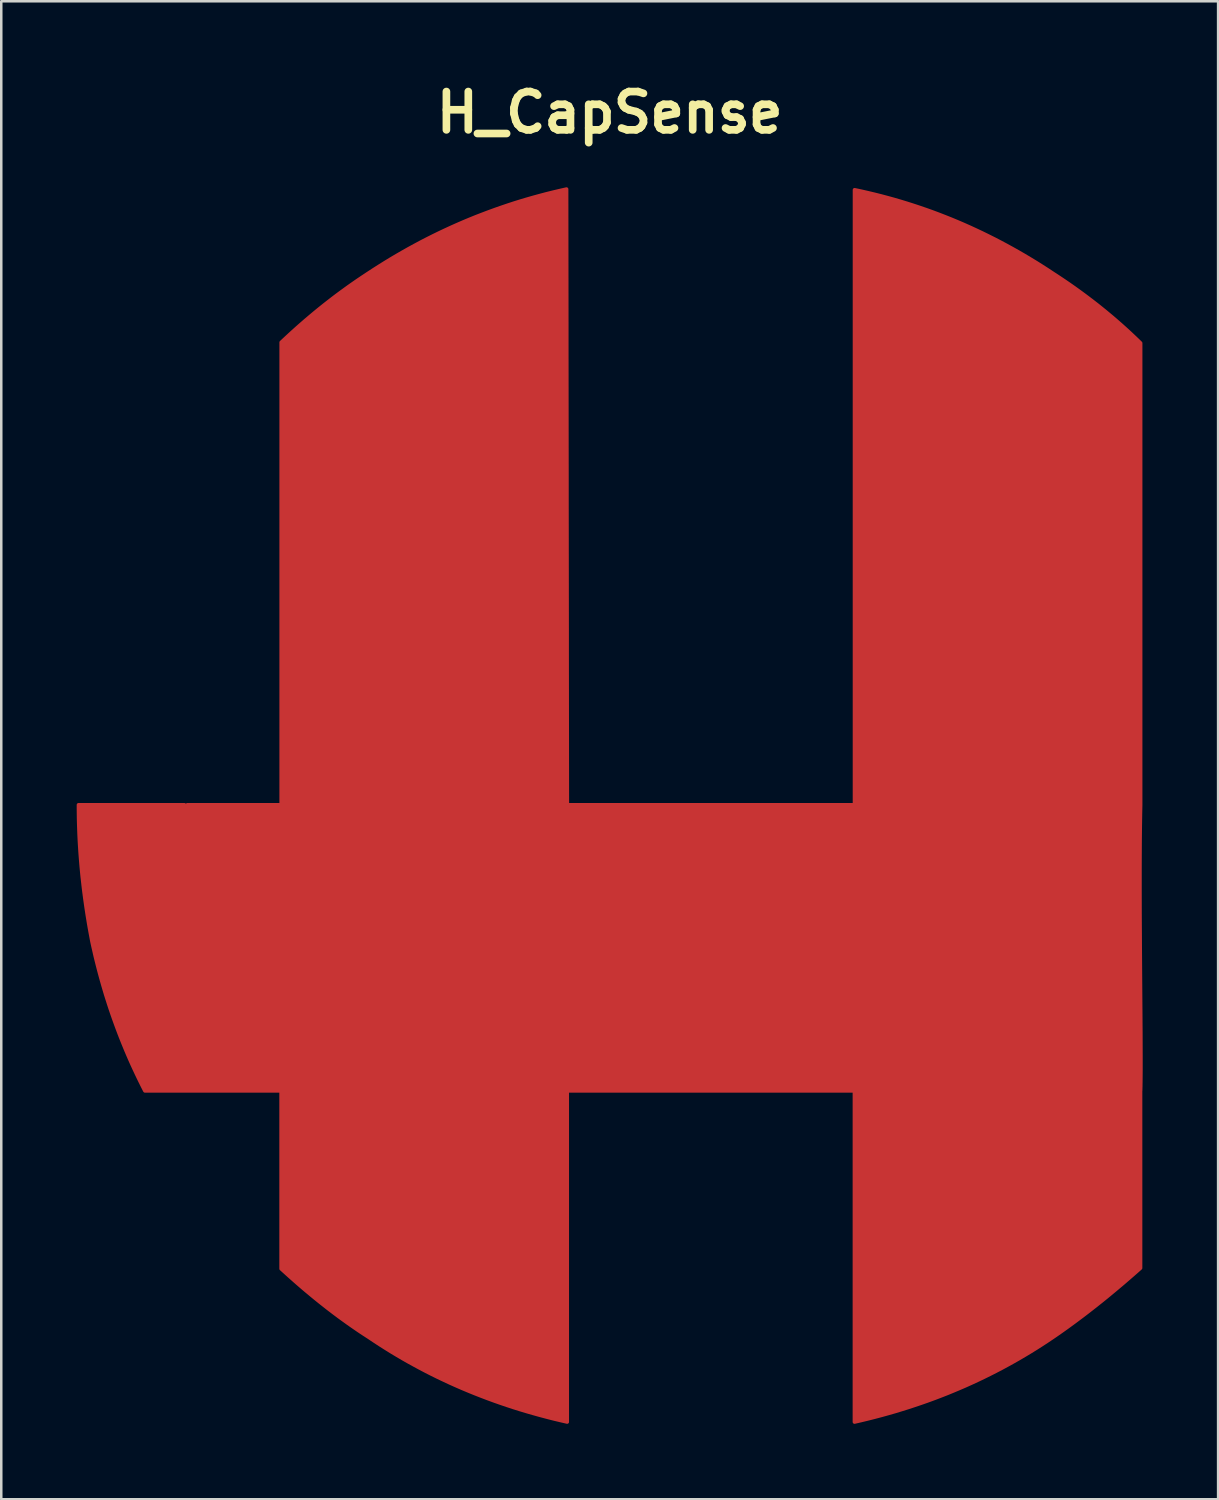
<source format=kicad_pcb>
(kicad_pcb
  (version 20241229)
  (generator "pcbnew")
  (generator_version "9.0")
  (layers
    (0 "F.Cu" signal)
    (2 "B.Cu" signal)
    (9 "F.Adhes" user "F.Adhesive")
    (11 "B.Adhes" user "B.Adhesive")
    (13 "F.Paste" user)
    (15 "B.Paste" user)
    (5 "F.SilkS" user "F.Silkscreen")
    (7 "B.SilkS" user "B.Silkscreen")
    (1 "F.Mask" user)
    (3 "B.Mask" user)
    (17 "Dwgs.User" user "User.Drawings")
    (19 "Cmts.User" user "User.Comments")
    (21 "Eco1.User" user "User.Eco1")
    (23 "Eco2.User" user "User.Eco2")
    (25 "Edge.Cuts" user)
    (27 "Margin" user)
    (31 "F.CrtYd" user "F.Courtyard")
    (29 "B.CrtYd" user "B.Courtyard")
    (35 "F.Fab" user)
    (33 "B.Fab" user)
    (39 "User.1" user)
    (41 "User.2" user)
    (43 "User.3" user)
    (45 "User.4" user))
  (footprint "H_CapSense"
    (layer "F.Cu")
    (at 21.202 28.993)
    (property "Reference" "H_CapSense" (at 0 -27.567 0) (layer "F.SilkS") (effects (font (size 1.524 1.524) (thickness 0.305))))
    (attr smd)
    (fp_poly (pts (xy 21.113 11.347) (xy 21.113 11.567) (xy 21.113 11.787) (xy 21.113 12.008) (xy 21.113 12.228) (xy 21.113 12.448) (xy 21.113 12.669) (xy 21.113 12.889) (xy 21.113 13.109) (xy 21.113 13.329) (xy 21.113 13.55) (xy 21.113 13.77) (xy 21.113 13.99) (xy 21.113 14.211) (xy 21.113 14.431) (xy 21.113 14.651) (xy 21.113 14.871) (xy 21.113 15.092) (xy 21.113 15.312) (xy 21.113 15.532) (xy 21.113 15.753) (xy 21.113 15.973) (xy 21.113 16.193) (xy 21.113 16.413) (xy 21.113 16.634) (xy 21.113 16.854) (xy 21.113 17.074) (xy 21.113 17.295) (xy 21.113 17.515) (xy 21.113 17.735) (xy 21.113 17.956) (xy 21.113 18.176) (xy 21.113 18.396) (xy 21.001 18.496) (xy 20.889 18.594) (xy 20.777 18.692) (xy 20.665 18.789) (xy 20.554 18.885) (xy 20.443 18.981) (xy 20.332 19.075) (xy 20.221 19.168) (xy 20.111 19.261) (xy 20 19.353) (xy 19.89 19.444) (xy 19.781 19.534) (xy 19.671 19.623) (xy 19.562 19.711) (xy 19.452 19.798) (xy 19.344 19.885) (xy 19.235 19.97) (xy 19.126 20.055) (xy 19.018 20.139) (xy 18.91 20.222) (xy 18.802 20.304) (xy 18.694 20.385) (xy 18.587 20.465) (xy 18.48 20.545) (xy 18.373 20.623) (xy 18.266 20.701) (xy 18.16 20.778) (xy 18.053 20.854) (xy 17.947 20.929) (xy 17.841 21.003) (xy 17.736 21.076) (xy 17.63 21.148) (xy 17.41 21.296) (xy 17.188 21.441) (xy 16.964 21.584) (xy 16.739 21.723) (xy 16.512 21.86) (xy 16.283 21.994) (xy 16.053 22.125) (xy 15.82 22.254) (xy 15.587 22.38) (xy 15.351 22.503) (xy 15.114 22.623) (xy 14.875 22.741) (xy 14.634 22.856) (xy 14.392 22.968) (xy 14.148 23.078) (xy 13.902 23.184) (xy 13.654 23.288) (xy 13.405 23.39) (xy 13.154 23.488) (xy 12.902 23.584) (xy 12.648 23.677) (xy 12.392 23.767) (xy 12.134 23.854) (xy 11.875 23.939) (xy 11.613 24.021) (xy 11.351 24.101) (xy 11.086 24.177) (xy 10.82 24.251) (xy 10.552 24.322) (xy 10.283 24.39) (xy 10.011 24.456) (xy 9.738 24.519) (xy 9.738 24.107) (xy 9.738 23.695) (xy 9.738 23.284) (xy 9.738 22.872) (xy 9.738 22.46) (xy 9.738 22.049) (xy 9.738 21.637) (xy 9.738 21.225) (xy 9.738 20.814) (xy 9.738 20.402) (xy 9.738 19.991) (xy 9.738 19.579) (xy 9.738 19.167) (xy 9.738 18.756) (xy 9.738 18.344) (xy 9.738 17.932) (xy 9.738 17.521) (xy 9.738 17.109) (xy 9.738 16.697) (xy 9.738 16.286) (xy 9.738 15.874) (xy 9.738 15.463) (xy 9.738 15.051) (xy 9.738 14.639) (xy 9.738 14.228) (xy 9.738 13.816) (xy 9.738 13.404) (xy 9.738 12.993) (xy 9.738 12.581) (xy 9.738 12.169) (xy 9.738 11.758) (xy 9.738 11.346) (xy 9.381 11.346) (xy 9.024 11.346) (xy 8.667 11.346) (xy 8.31 11.346) (xy 7.952 11.346) (xy 7.595 11.346) (xy 7.238 11.346) (xy 6.881 11.346) (xy 6.523 11.346) (xy 6.166 11.346) (xy 5.809 11.346) (xy 5.452 11.346) (xy 5.095 11.346) (xy 4.737 11.346) (xy 4.38 11.346) (xy 4.023 11.346) (xy 3.666 11.346) (xy 3.309 11.346) (xy 2.951 11.346) (xy 2.594 11.346) (xy 2.237 11.346) (xy 1.88 11.346) (xy 1.523 11.346) (xy 1.165 11.346) (xy 0.808 11.346) (xy 0.451 11.346) (xy 0.094 11.346) (xy -0.263 11.346) (xy -0.621 11.346) (xy -0.978 11.346) (xy -1.335 11.346) (xy -1.692 11.346) (xy -1.692 11.758) (xy -1.692 12.169) (xy -1.692 12.581) (xy -1.692 12.993) (xy -1.692 13.404) (xy -1.692 13.816) (xy -1.692 14.227) (xy -1.692 14.639) (xy -1.692 15.051) (xy -1.692 15.462) (xy -1.692 15.874) (xy -1.692 16.286) (xy -1.692 16.697) (xy -1.692 17.109) (xy -1.692 17.52) (xy -1.692 17.932) (xy -1.692 18.344) (xy -1.692 18.755) (xy -1.692 19.167) (xy -1.692 19.579) (xy -1.692 19.99) (xy -1.692 20.402) (xy -1.692 20.813) (xy -1.692 21.225) (xy -1.692 21.637) (xy -1.692 22.048) (xy -1.692 22.46) (xy -1.692 22.872) (xy -1.692 23.283) (xy -1.692 23.695) (xy -1.692 24.106) (xy -1.692 24.518) (xy -1.965 24.455) (xy -2.237 24.39) (xy -2.506 24.321) (xy -2.774 24.25) (xy -3.04 24.176) (xy -3.305 24.1) (xy -3.567 24.021) (xy -3.829 23.939) (xy -4.088 23.854) (xy -4.346 23.766) (xy -4.602 23.676) (xy -4.856 23.583) (xy -5.108 23.487) (xy -5.359 23.389) (xy -5.608 23.288) (xy -5.856 23.184) (xy -6.102 23.077) (xy -6.346 22.968) (xy -6.588 22.855) (xy -6.829 22.741) (xy -7.068 22.623) (xy -7.305 22.503) (xy -7.541 22.379) (xy -7.774 22.253) (xy -8.007 22.125) (xy -8.237 21.994) (xy -8.466 21.859) (xy -8.693 21.723) (xy -8.918 21.583) (xy -9.142 21.441) (xy -9.364 21.296) (xy -9.584 21.148) (xy -9.691 21.079) (xy -9.799 21.009) (xy -9.906 20.938) (xy -10.013 20.866) (xy -10.121 20.792) (xy -10.229 20.718) (xy -10.336 20.643) (xy -10.444 20.567) (xy -10.552 20.489) (xy -10.66 20.411) (xy -10.769 20.332) (xy -10.877 20.251) (xy -10.985 20.17) (xy -11.094 20.087) (xy -11.203 20.004) (xy -11.311 19.919) (xy -11.42 19.833) (xy -11.529 19.747) (xy -11.638 19.659) (xy -11.748 19.57) (xy -11.857 19.48) (xy -11.966 19.389) (xy -12.076 19.298) (xy -12.186 19.205) (xy -12.295 19.111) (xy -12.405 19.016) (xy -12.515 18.92) (xy -12.625 18.822) (xy -12.736 18.724) (xy -12.846 18.625) (xy -12.956 18.525) (xy -13.067 18.424) (xy -13.067 18.202) (xy -13.067 17.981) (xy -13.067 17.76) (xy -13.067 17.539) (xy -13.067 17.318) (xy -13.067 17.097) (xy -13.067 16.875) (xy -13.067 16.654) (xy -13.067 16.433) (xy -13.067 16.212) (xy -13.067 15.991) (xy -13.067 15.77) (xy -13.067 15.548) (xy -13.067 15.327) (xy -13.067 15.106) (xy -13.067 14.885) (xy -13.067 14.664) (xy -13.067 14.442) (xy -13.067 14.221) (xy -13.067 14) (xy -13.067 13.779) (xy -13.067 13.558) (xy -13.067 13.337) (xy -13.067 13.115) (xy -13.067 12.894) (xy -13.067 12.673) (xy -13.067 12.452) (xy -13.067 12.231) (xy -13.067 12.01) (xy -13.067 11.788) (xy -13.067 11.567) (xy -13.067 11.346) (xy -13.236 11.346) (xy -13.406 11.346) (xy -13.575 11.346) (xy -13.744 11.346) (xy -13.914 11.346) (xy -14.083 11.346) (xy -14.253 11.346) (xy -14.422 11.346) (xy -14.591 11.346) (xy -14.761 11.346) (xy -14.93 11.346) (xy -15.099 11.346) (xy -15.269 11.346) (xy -15.438 11.346) (xy -15.608 11.346) (xy -15.777 11.346) (xy -15.946 11.346) (xy -16.116 11.346) (xy -16.285 11.346) (xy -16.455 11.346) (xy -16.624 11.346) (xy -16.793 11.346) (xy -16.963 11.346) (xy -17.132 11.346) (xy -17.301 11.346) (xy -17.471 11.346) (xy -17.64 11.346) (xy -17.81 11.346) (xy -17.979 11.346) (xy -18.148 11.346) (xy -18.318 11.346) (xy -18.487 11.346) (xy -18.576 11.172) (xy -18.663 10.997) (xy -18.749 10.821) (xy -18.833 10.645) (xy -18.916 10.468) (xy -18.998 10.29) (xy -19.078 10.111) (xy -19.156 9.931) (xy -19.233 9.751) (xy -19.308 9.57) (xy -19.382 9.388) (xy -19.455 9.206) (xy -19.526 9.022) (xy -19.595 8.838) (xy -19.663 8.653) (xy -19.73 8.467) (xy -19.795 8.281) (xy -19.859 8.094) (xy -19.921 7.906) (xy -19.981 7.717) (xy -20.041 7.528) (xy -20.098 7.337) (xy -20.154 7.146) (xy -20.209 6.954) (xy -20.262 6.762) (xy -20.314 6.568) (xy -20.364 6.374) (xy -20.413 6.179) (xy -20.461 5.984) (xy -20.506 5.787) (xy -20.551 5.59) (xy -20.594 5.392) (xy -20.626 5.22) (xy -20.658 5.048) (xy -20.689 4.877) (xy -20.719 4.705) (xy -20.747 4.534) (xy -20.775 4.363) (xy -20.801 4.192) (xy -20.827 4.021) (xy -20.851 3.85) (xy -20.875 3.68) (xy -20.897 3.51) (xy -20.919 3.34) (xy -20.939 3.17) (xy -20.958 3) (xy -20.977 2.83) (xy -20.994 2.661) (xy -21.01 2.491) (xy -21.025 2.322) (xy -21.039 2.153) (xy -21.052 1.985) (xy -21.064 1.816) (xy -21.075 1.647) (xy -21.085 1.479) (xy -21.094 1.311) (xy -21.102 1.143) (xy -21.108 0.975) (xy -21.114 0.808) (xy -21.119 0.64) (xy -21.123 0.473) (xy -21.125 0.305) (xy -21.127 0.138) (xy -21.127 -0.028) (xy -20.996 -0.028) (xy -20.864 -0.028) (xy -20.732 -0.028) (xy -20.601 -0.028) (xy -20.469 -0.028) (xy -20.337 -0.028) (xy -20.206 -0.028) (xy -20.074 -0.028) (xy -19.942 -0.028) (xy -19.811 -0.028) (xy -19.679 -0.028) (xy -19.547 -0.028) (xy -19.416 -0.028) (xy -19.284 -0.028) (xy -19.153 -0.028) (xy -19.021 -0.028) (xy -18.889 -0.028) (xy -18.758 -0.028) (xy -18.626 -0.028) (xy -18.494 -0.028) (xy -18.363 -0.028) (xy -18.231 -0.028) (xy -18.099 -0.028) (xy -17.968 -0.028) (xy -17.836 -0.028) (xy -17.704 -0.028) (xy -17.573 -0.028) (xy -17.441 -0.028) (xy -17.309 -0.028) (xy -17.178 -0.028) (xy -17.046 -0.028) (xy -16.915 -0.028) (xy -16.913 -0.025) (xy -16.911 -0.022) (xy -16.909 -0.019) (xy -16.907 -0.016) (xy -16.906 -0.013) (xy -16.904 -0.01) (xy -16.902 -0.007) (xy -16.9 -0.004) (xy -16.898 -0.001) (xy -16.897 0.002) (xy -16.895 0.005) (xy -16.893 0.008) (xy -16.891 0.011) (xy -16.889 0.014) (xy -16.888 0.017) (xy -16.886 0.02) (xy -16.884 0.023) (xy -16.882 0.026) (xy -16.88 0.029) (xy -16.879 0.032) (xy -16.877 0.035) (xy -16.875 0.038) (xy -16.873 0.041) (xy -16.871 0.044) (xy -16.87 0.047) (xy -16.868 0.05) (xy -16.866 0.053) (xy -16.864 0.056) (xy -16.862 0.059) (xy -16.861 0.062) (xy -16.859 0.065) (xy -16.857 0.068) (xy -16.855 0.065) (xy -16.853 0.062) (xy -16.852 0.059) (xy -16.85 0.056) (xy -16.848 0.053) (xy -16.846 0.05) (xy -16.844 0.047) (xy -16.843 0.044) (xy -16.841 0.041) (xy -16.839 0.038) (xy -16.837 0.035) (xy -16.835 0.032) (xy -16.834 0.029) (xy -16.832 0.026) (xy -16.83 0.023) (xy -16.828 0.02) (xy -16.826 0.017) (xy -16.825 0.014) (xy -16.823 0.011) (xy -16.821 0.008) (xy -16.819 0.005) (xy -16.817 0.002) (xy -16.816 -0.001) (xy -16.814 -0.004) (xy -16.812 -0.007) (xy -16.81 -0.01) (xy -16.808 -0.013) (xy -16.807 -0.016) (xy -16.805 -0.019) (xy -16.803 -0.022) (xy -16.801 -0.025) (xy -16.799 -0.028) (xy -16.683 -0.028) (xy -16.566 -0.028) (xy -16.449 -0.028) (xy -16.332 -0.028) (xy -16.216 -0.028) (xy -16.099 -0.028) (xy -15.982 -0.028) (xy -15.865 -0.028) (xy -15.749 -0.028) (xy -15.632 -0.028) (xy -15.515 -0.028) (xy -15.399 -0.028) (xy -15.282 -0.028) (xy -15.165 -0.028) (xy -15.048 -0.028) (xy -14.932 -0.028) (xy -14.815 -0.028) (xy -14.698 -0.028) (xy -14.581 -0.028) (xy -14.465 -0.028) (xy -14.348 -0.028) (xy -14.231 -0.028) (xy -14.115 -0.028) (xy -13.998 -0.028) (xy -13.881 -0.028) (xy -13.764 -0.028) (xy -13.648 -0.028) (xy -13.531 -0.028) (xy -13.414 -0.028) (xy -13.297 -0.028) (xy -13.181 -0.028) (xy -13.064 -0.028) (xy -13.064 -0.603) (xy -13.064 -1.178) (xy -13.064 -1.753) (xy -13.064 -2.328) (xy -13.064 -2.903) (xy -13.064 -3.478) (xy -13.064 -4.052) (xy -13.064 -4.627) (xy -13.064 -5.202) (xy -13.064 -5.777) (xy -13.064 -6.352) (xy -13.064 -6.927) (xy -13.064 -7.502) (xy -13.064 -8.077) (xy -13.064 -8.651) (xy -13.064 -9.226) (xy -13.064 -9.801) (xy -13.064 -10.376) (xy -13.064 -10.951) (xy -13.064 -11.526) (xy -13.064 -12.101) (xy -13.064 -12.675) (xy -13.064 -13.25) (xy -13.064 -13.825) (xy -13.064 -14.4) (xy -13.064 -14.975) (xy -13.064 -15.55) (xy -13.064 -16.125) (xy -13.064 -16.7) (xy -13.064 -17.274) (xy -13.064 -17.849) (xy -13.064 -18.424) (xy -12.96 -18.522) (xy -12.856 -18.619) (xy -12.752 -18.715) (xy -12.648 -18.811) (xy -12.543 -18.905) (xy -12.439 -18.999) (xy -12.334 -19.092) (xy -12.228 -19.184) (xy -12.123 -19.276) (xy -12.017 -19.366) (xy -11.911 -19.456) (xy -11.805 -19.545) (xy -11.699 -19.633) (xy -11.593 -19.72) (xy -11.486 -19.806) (xy -11.379 -19.892) (xy -11.272 -19.976) (xy -11.164 -20.06) (xy -11.057 -20.143) (xy -10.949 -20.226) (xy -10.841 -20.307) (xy -10.732 -20.388) (xy -10.624 -20.467) (xy -10.515 -20.546) (xy -10.406 -20.625) (xy -10.297 -20.702) (xy -10.188 -20.778) (xy -10.078 -20.854) (xy -9.968 -20.929) (xy -9.858 -21.003) (xy -9.748 -21.076) (xy -9.638 -21.149) (xy -9.407 -21.3) (xy -9.175 -21.448) (xy -8.943 -21.593) (xy -8.709 -21.736) (xy -8.474 -21.875) (xy -8.238 -22.011) (xy -8.001 -22.145) (xy -7.763 -22.275) (xy -7.524 -22.403) (xy -7.283 -22.528) (xy -7.042 -22.649) (xy -6.799 -22.768) (xy -6.555 -22.884) (xy -6.311 -22.996) (xy -6.065 -23.106) (xy -5.818 -23.213) (xy -5.57 -23.317) (xy -5.321 -23.418) (xy -5.07 -23.515) (xy -4.819 -23.61) (xy -4.567 -23.702) (xy -4.313 -23.791) (xy -4.059 -23.877) (xy -3.803 -23.961) (xy -3.546 -24.041) (xy -3.288 -24.118) (xy -3.029 -24.192) (xy -2.769 -24.263) (xy -2.508 -24.332) (xy -2.245 -24.397) (xy -1.982 -24.459) (xy -1.718 -24.519) (xy -1.717 -23.753) (xy -1.716 -22.988) (xy -1.715 -22.223) (xy -1.714 -21.457) (xy -1.713 -20.692) (xy -1.712 -19.927) (xy -1.711 -19.161) (xy -1.711 -18.396) (xy -1.71 -17.631) (xy -1.709 -16.865) (xy -1.708 -16.1) (xy -1.707 -15.335) (xy -1.706 -14.569) (xy -1.705 -13.804) (xy -1.704 -13.039) (xy -1.704 -12.273) (xy -1.703 -11.508) (xy -1.702 -10.743) (xy -1.701 -9.978) (xy -1.7 -9.212) (xy -1.699 -8.447) (xy -1.698 -7.682) (xy -1.697 -6.916) (xy -1.697 -6.151) (xy -1.696 -5.386) (xy -1.695 -4.62) (xy -1.694 -3.855) (xy -1.693 -3.09) (xy -1.692 -2.324) (xy -1.691 -1.559) (xy -1.69 -0.794) (xy -1.689 -0.028) (xy -1.332 -0.028) (xy -0.975 -0.028) (xy -0.618 -0.028) (xy -0.261 -0.028) (xy 0.097 -0.028) (xy 0.454 -0.028) (xy 0.811 -0.028) (xy 1.168 -0.028) (xy 1.525 -0.028) (xy 1.883 -0.028) (xy 2.24 -0.028) (xy 2.597 -0.028) (xy 2.954 -0.028) (xy 3.311 -0.028) (xy 3.669 -0.028) (xy 4.026 -0.028) (xy 4.383 -0.028) (xy 4.74 -0.028) (xy 5.097 -0.028) (xy 5.455 -0.028) (xy 5.812 -0.028) (xy 6.169 -0.028) (xy 6.526 -0.028) (xy 6.883 -0.028) (xy 7.241 -0.028) (xy 7.598 -0.028) (xy 7.955 -0.028) (xy 8.312 -0.028) (xy 8.67 -0.028) (xy 9.027 -0.028) (xy 9.384 -0.028) (xy 9.741 -0.028) (xy 9.741 -0.793) (xy 9.741 -1.557) (xy 9.741 -2.322) (xy 9.741 -3.086) (xy 9.741 -3.851) (xy 9.741 -4.615) (xy 9.741 -5.379) (xy 9.741 -6.144) (xy 9.741 -6.908) (xy 9.741 -7.673) (xy 9.741 -8.437) (xy 9.741 -9.202) (xy 9.741 -9.966) (xy 9.741 -10.731) (xy 9.741 -11.495) (xy 9.741 -12.259) (xy 9.741 -13.024) (xy 9.741 -13.788) (xy 9.741 -14.553) (xy 9.741 -15.317) (xy 9.741 -16.082) (xy 9.741 -16.846) (xy 9.741 -17.611) (xy 9.741 -18.375) (xy 9.741 -19.139) (xy 9.741 -19.904) (xy 9.741 -20.668) (xy 9.741 -21.433) (xy 9.741 -22.197) (xy 9.741 -22.962) (xy 9.741 -23.726) (xy 9.741 -24.491) (xy 10.004 -24.435) (xy 10.266 -24.375) (xy 10.527 -24.313) (xy 10.786 -24.248) (xy 11.045 -24.179) (xy 11.303 -24.108) (xy 11.56 -24.033) (xy 11.816 -23.955) (xy 12.071 -23.874) (xy 12.325 -23.79) (xy 12.578 -23.703) (xy 12.83 -23.613) (xy 13.081 -23.519) (xy 13.331 -23.422) (xy 13.58 -23.323) (xy 13.828 -23.22) (xy 14.075 -23.114) (xy 14.321 -23.005) (xy 14.566 -22.892) (xy 14.81 -22.777) (xy 15.053 -22.658) (xy 15.295 -22.537) (xy 15.536 -22.412) (xy 15.776 -22.284) (xy 16.015 -22.153) (xy 16.253 -22.019) (xy 16.49 -21.882) (xy 16.726 -21.741) (xy 16.962 -21.598) (xy 17.196 -21.451) (xy 17.429 -21.301) (xy 17.661 -21.148) (xy 17.78 -21.071) (xy 17.898 -20.993) (xy 18.016 -20.914) (xy 18.133 -20.835) (xy 18.249 -20.756) (xy 18.365 -20.675) (xy 18.479 -20.595) (xy 18.593 -20.513) (xy 18.707 -20.431) (xy 18.819 -20.349) (xy 18.931 -20.266) (xy 19.042 -20.182) (xy 19.153 -20.098) (xy 19.262 -20.014) (xy 19.372 -19.929) (xy 19.48 -19.843) (xy 19.587 -19.757) (xy 19.694 -19.67) (xy 19.8 -19.582) (xy 19.906 -19.494) (xy 20.011 -19.406) (xy 20.115 -19.317) (xy 20.218 -19.227) (xy 20.321 -19.137) (xy 20.422 -19.047) (xy 20.524 -18.955) (xy 20.624 -18.864) (xy 20.724 -18.771) (xy 20.823 -18.678) (xy 20.921 -18.585) (xy 21.019 -18.491) (xy 21.116 -18.396) (xy 21.116 -17.822) (xy 21.116 -17.248) (xy 21.116 -16.674) (xy 21.116 -16.1) (xy 21.116 -15.527) (xy 21.116 -14.953) (xy 21.116 -14.379) (xy 21.116 -13.805) (xy 21.116 -13.231) (xy 21.116 -12.657) (xy 21.116 -12.083) (xy 21.116 -11.509) (xy 21.116 -10.935) (xy 21.116 -10.361) (xy 21.116 -9.787) (xy 21.116 -9.213) (xy 21.116 -8.639) (xy 21.116 -8.065) (xy 21.116 -7.491) (xy 21.116 -6.917) (xy 21.116 -6.343) (xy 21.116 -5.769) (xy 21.116 -5.195) (xy 21.116 -4.621) (xy 21.116 -4.047) (xy 21.116 -3.473) (xy 21.116 -2.899) (xy 21.116 -2.325) (xy 21.116 -1.751) (xy 21.116 -1.177) (xy 21.116 -0.603) (xy 21.116 -0.029) (xy 21.109 0.308) (xy 21.103 0.659) (xy 21.098 1.023) (xy 21.094 1.399) (xy 21.092 1.785) (xy 21.09 2.18) (xy 21.089 2.582) (xy 21.089 2.991) (xy 21.089 3.406) (xy 21.09 3.824) (xy 21.091 4.244) (xy 21.093 4.666) (xy 21.096 5.088) (xy 21.098 5.508) (xy 21.101 5.925) (xy 21.104 6.339) (xy 21.107 6.747) (xy 21.11 7.149) (xy 21.113 7.542) (xy 21.116 7.927) (xy 21.119 8.301) (xy 21.121 8.663) (xy 21.124 9.012) (xy 21.125 9.346) (xy 21.126 9.665) (xy 21.127 9.967) (xy 21.127 10.25) (xy 21.127 10.514) (xy 21.125 10.757) (xy 21.123 10.977) (xy 21.12 11.174) (xy 21.115 11.346) (xy 21.113 11.347)) (stroke (width 0.149) (type solid)) (fill yes) (layer "F.Cu"))
    (fp_poly (pts (xy 21.113 11.347) (xy 21.113 11.567) (xy 21.113 11.787) (xy 21.113 12.008) (xy 21.113 12.228) (xy 21.113 12.448) (xy 21.113 12.669) (xy 21.113 12.889) (xy 21.113 13.109) (xy 21.113 13.329) (xy 21.113 13.55) (xy 21.113 13.77) (xy 21.113 13.99) (xy 21.113 14.211) (xy 21.113 14.431) (xy 21.113 14.651) (xy 21.113 14.871) (xy 21.113 15.092) (xy 21.113 15.312) (xy 21.113 15.532) (xy 21.113 15.753) (xy 21.113 15.973) (xy 21.113 16.193) (xy 21.113 16.413) (xy 21.113 16.634) (xy 21.113 16.854) (xy 21.113 17.074) (xy 21.113 17.295) (xy 21.113 17.515) (xy 21.113 17.735) (xy 21.113 17.956) (xy 21.113 18.176) (xy 21.113 18.396) (xy 21.001 18.496) (xy 20.889 18.594) (xy 20.777 18.692) (xy 20.665 18.789) (xy 20.554 18.885) (xy 20.443 18.981) (xy 20.332 19.075) (xy 20.221 19.168) (xy 20.111 19.261) (xy 20 19.353) (xy 19.89 19.444) (xy 19.781 19.534) (xy 19.671 19.623) (xy 19.562 19.711) (xy 19.452 19.798) (xy 19.344 19.885) (xy 19.235 19.97) (xy 19.126 20.055) (xy 19.018 20.139) (xy 18.91 20.222) (xy 18.802 20.304) (xy 18.694 20.385) (xy 18.587 20.465) (xy 18.48 20.545) (xy 18.373 20.623) (xy 18.266 20.701) (xy 18.16 20.778) (xy 18.053 20.854) (xy 17.947 20.929) (xy 17.841 21.003) (xy 17.736 21.076) (xy 17.63 21.148) (xy 17.41 21.296) (xy 17.188 21.441) (xy 16.964 21.584) (xy 16.739 21.723) (xy 16.512 21.86) (xy 16.283 21.994) (xy 16.053 22.125) (xy 15.82 22.254) (xy 15.587 22.38) (xy 15.351 22.503) (xy 15.114 22.623) (xy 14.875 22.741) (xy 14.634 22.856) (xy 14.392 22.968) (xy 14.148 23.078) (xy 13.902 23.184) (xy 13.654 23.288) (xy 13.405 23.39) (xy 13.154 23.488) (xy 12.902 23.584) (xy 12.648 23.677) (xy 12.392 23.767) (xy 12.134 23.854) (xy 11.875 23.939) (xy 11.613 24.021) (xy 11.351 24.101) (xy 11.086 24.177) (xy 10.82 24.251) (xy 10.552 24.322) (xy 10.283 24.39) (xy 10.011 24.456) (xy 9.738 24.519) (xy 9.738 24.107) (xy 9.738 23.695) (xy 9.738 23.284) (xy 9.738 22.872) (xy 9.738 22.46) (xy 9.738 22.049) (xy 9.738 21.637) (xy 9.738 21.225) (xy 9.738 20.814) (xy 9.738 20.402) (xy 9.738 19.991) (xy 9.738 19.579) (xy 9.738 19.167) (xy 9.738 18.756) (xy 9.738 18.344) (xy 9.738 17.932) (xy 9.738 17.521) (xy 9.738 17.109) (xy 9.738 16.697) (xy 9.738 16.286) (xy 9.738 15.874) (xy 9.738 15.463) (xy 9.738 15.051) (xy 9.738 14.639) (xy 9.738 14.228) (xy 9.738 13.816) (xy 9.738 13.404) (xy 9.738 12.993) (xy 9.738 12.581) (xy 9.738 12.169) (xy 9.738 11.758) (xy 9.738 11.346) (xy 9.381 11.346) (xy 9.024 11.346) (xy 8.667 11.346) (xy 8.31 11.346) (xy 7.952 11.346) (xy 7.595 11.346) (xy 7.238 11.346) (xy 6.881 11.346) (xy 6.523 11.346) (xy 6.166 11.346) (xy 5.809 11.346) (xy 5.452 11.346) (xy 5.095 11.346) (xy 4.737 11.346) (xy 4.38 11.346) (xy 4.023 11.346) (xy 3.666 11.346) (xy 3.309 11.346) (xy 2.951 11.346) (xy 2.594 11.346) (xy 2.237 11.346) (xy 1.88 11.346) (xy 1.523 11.346) (xy 1.165 11.346) (xy 0.808 11.346) (xy 0.451 11.346) (xy 0.094 11.346) (xy -0.263 11.346) (xy -0.621 11.346) (xy -0.978 11.346) (xy -1.335 11.346) (xy -1.692 11.346) (xy -1.692 11.758) (xy -1.692 12.169) (xy -1.692 12.581) (xy -1.692 12.993) (xy -1.692 13.404) (xy -1.692 13.816) (xy -1.692 14.227) (xy -1.692 14.639) (xy -1.692 15.051) (xy -1.692 15.462) (xy -1.692 15.874) (xy -1.692 16.286) (xy -1.692 16.697) (xy -1.692 17.109) (xy -1.692 17.52) (xy -1.692 17.932) (xy -1.692 18.344) (xy -1.692 18.755) (xy -1.692 19.167) (xy -1.692 19.579) (xy -1.692 19.99) (xy -1.692 20.402) (xy -1.692 20.813) (xy -1.692 21.225) (xy -1.692 21.637) (xy -1.692 22.048) (xy -1.692 22.46) (xy -1.692 22.872) (xy -1.692 23.283) (xy -1.692 23.695) (xy -1.692 24.106) (xy -1.692 24.518) (xy -1.965 24.455) (xy -2.237 24.39) (xy -2.506 24.321) (xy -2.774 24.25) (xy -3.04 24.176) (xy -3.305 24.1) (xy -3.567 24.021) (xy -3.829 23.939) (xy -4.088 23.854) (xy -4.346 23.766) (xy -4.602 23.676) (xy -4.856 23.583) (xy -5.108 23.487) (xy -5.359 23.389) (xy -5.608 23.288) (xy -5.856 23.184) (xy -6.102 23.077) (xy -6.346 22.968) (xy -6.588 22.855) (xy -6.829 22.741) (xy -7.068 22.623) (xy -7.305 22.503) (xy -7.541 22.379) (xy -7.774 22.253) (xy -8.007 22.125) (xy -8.237 21.994) (xy -8.466 21.859) (xy -8.693 21.723) (xy -8.918 21.583) (xy -9.142 21.441) (xy -9.364 21.296) (xy -9.584 21.148) (xy -9.691 21.079) (xy -9.799 21.009) (xy -9.906 20.938) (xy -10.013 20.866) (xy -10.121 20.792) (xy -10.229 20.718) (xy -10.336 20.643) (xy -10.444 20.567) (xy -10.552 20.489) (xy -10.66 20.411) (xy -10.769 20.332) (xy -10.877 20.251) (xy -10.985 20.17) (xy -11.094 20.087) (xy -11.203 20.004) (xy -11.311 19.919) (xy -11.42 19.833) (xy -11.529 19.747) (xy -11.638 19.659) (xy -11.748 19.57) (xy -11.857 19.48) (xy -11.966 19.389) (xy -12.076 19.298) (xy -12.186 19.205) (xy -12.295 19.111) (xy -12.405 19.016) (xy -12.515 18.92) (xy -12.625 18.822) (xy -12.736 18.724) (xy -12.846 18.625) (xy -12.956 18.525) (xy -13.067 18.424) (xy -13.067 18.202) (xy -13.067 17.981) (xy -13.067 17.76) (xy -13.067 17.539) (xy -13.067 17.318) (xy -13.067 17.097) (xy -13.067 16.875) (xy -13.067 16.654) (xy -13.067 16.433) (xy -13.067 16.212) (xy -13.067 15.991) (xy -13.067 15.77) (xy -13.067 15.548) (xy -13.067 15.327) (xy -13.067 15.106) (xy -13.067 14.885) (xy -13.067 14.664) (xy -13.067 14.442) (xy -13.067 14.221) (xy -13.067 14) (xy -13.067 13.779) (xy -13.067 13.558) (xy -13.067 13.337) (xy -13.067 13.115) (xy -13.067 12.894) (xy -13.067 12.673) (xy -13.067 12.452) (xy -13.067 12.231) (xy -13.067 12.01) (xy -13.067 11.788) (xy -13.067 11.567) (xy -13.067 11.346) (xy -13.236 11.346) (xy -13.406 11.346) (xy -13.575 11.346) (xy -13.744 11.346) (xy -13.914 11.346) (xy -14.083 11.346) (xy -14.253 11.346) (xy -14.422 11.346) (xy -14.591 11.346) (xy -14.761 11.346) (xy -14.93 11.346) (xy -15.099 11.346) (xy -15.269 11.346) (xy -15.438 11.346) (xy -15.608 11.346) (xy -15.777 11.346) (xy -15.946 11.346) (xy -16.116 11.346) (xy -16.285 11.346) (xy -16.455 11.346) (xy -16.624 11.346) (xy -16.793 11.346) (xy -16.963 11.346) (xy -17.132 11.346) (xy -17.301 11.346) (xy -17.471 11.346) (xy -17.64 11.346) (xy -17.81 11.346) (xy -17.979 11.346) (xy -18.148 11.346) (xy -18.318 11.346) (xy -18.487 11.346) (xy -18.576 11.172) (xy -18.663 10.997) (xy -18.749 10.821) (xy -18.833 10.645) (xy -18.916 10.468) (xy -18.998 10.29) (xy -19.078 10.111) (xy -19.156 9.931) (xy -19.233 9.751) (xy -19.308 9.57) (xy -19.382 9.388) (xy -19.455 9.206) (xy -19.526 9.022) (xy -19.595 8.838) (xy -19.663 8.653) (xy -19.73 8.467) (xy -19.795 8.281) (xy -19.859 8.094) (xy -19.921 7.906) (xy -19.981 7.717) (xy -20.041 7.528) (xy -20.098 7.337) (xy -20.154 7.146) (xy -20.209 6.954) (xy -20.262 6.762) (xy -20.314 6.568) (xy -20.364 6.374) (xy -20.413 6.179) (xy -20.461 5.984) (xy -20.506 5.787) (xy -20.551 5.59) (xy -20.594 5.392) (xy -20.626 5.22) (xy -20.658 5.048) (xy -20.689 4.877) (xy -20.719 4.705) (xy -20.747 4.534) (xy -20.775 4.363) (xy -20.801 4.192) (xy -20.827 4.021) (xy -20.851 3.85) (xy -20.875 3.68) (xy -20.897 3.51) (xy -20.919 3.34) (xy -20.939 3.17) (xy -20.958 3) (xy -20.977 2.83) (xy -20.994 2.661) (xy -21.01 2.491) (xy -21.025 2.322) (xy -21.039 2.153) (xy -21.052 1.985) (xy -21.064 1.816) (xy -21.075 1.647) (xy -21.085 1.479) (xy -21.094 1.311) (xy -21.102 1.143) (xy -21.108 0.975) (xy -21.114 0.808) (xy -21.119 0.64) (xy -21.123 0.473) (xy -21.125 0.305) (xy -21.127 0.138) (xy -21.127 -0.028) (xy -20.996 -0.028) (xy -20.864 -0.028) (xy -20.732 -0.028) (xy -20.601 -0.028) (xy -20.469 -0.028) (xy -20.337 -0.028) (xy -20.206 -0.028) (xy -20.074 -0.028) (xy -19.942 -0.028) (xy -19.811 -0.028) (xy -19.679 -0.028) (xy -19.547 -0.028) (xy -19.416 -0.028) (xy -19.284 -0.028) (xy -19.153 -0.028) (xy -19.021 -0.028) (xy -18.889 -0.028) (xy -18.758 -0.028) (xy -18.626 -0.028) (xy -18.494 -0.028) (xy -18.363 -0.028) (xy -18.231 -0.028) (xy -18.099 -0.028) (xy -17.968 -0.028) (xy -17.836 -0.028) (xy -17.704 -0.028) (xy -17.573 -0.028) (xy -17.441 -0.028) (xy -17.309 -0.028) (xy -17.178 -0.028) (xy -17.046 -0.028) (xy -16.915 -0.028) (xy -16.913 -0.025) (xy -16.911 -0.022) (xy -16.909 -0.019) (xy -16.907 -0.016) (xy -16.906 -0.013) (xy -16.904 -0.01) (xy -16.902 -0.007) (xy -16.9 -0.004) (xy -16.898 -0.001) (xy -16.897 0.002) (xy -16.895 0.005) (xy -16.893 0.008) (xy -16.891 0.011) (xy -16.889 0.014) (xy -16.888 0.017) (xy -16.886 0.02) (xy -16.884 0.023) (xy -16.882 0.026) (xy -16.88 0.029) (xy -16.879 0.032) (xy -16.877 0.035) (xy -16.875 0.038) (xy -16.873 0.041) (xy -16.871 0.044) (xy -16.87 0.047) (xy -16.868 0.05) (xy -16.866 0.053) (xy -16.864 0.056) (xy -16.862 0.059) (xy -16.861 0.062) (xy -16.859 0.065) (xy -16.857 0.068) (xy -16.855 0.065) (xy -16.853 0.062) (xy -16.852 0.059) (xy -16.85 0.056) (xy -16.848 0.053) (xy -16.846 0.05) (xy -16.844 0.047) (xy -16.843 0.044) (xy -16.841 0.041) (xy -16.839 0.038) (xy -16.837 0.035) (xy -16.835 0.032) (xy -16.834 0.029) (xy -16.832 0.026) (xy -16.83 0.023) (xy -16.828 0.02) (xy -16.826 0.017) (xy -16.825 0.014) (xy -16.823 0.011) (xy -16.821 0.008) (xy -16.819 0.005) (xy -16.817 0.002) (xy -16.816 -0.001) (xy -16.814 -0.004) (xy -16.812 -0.007) (xy -16.81 -0.01) (xy -16.808 -0.013) (xy -16.807 -0.016) (xy -16.805 -0.019) (xy -16.803 -0.022) (xy -16.801 -0.025) (xy -16.799 -0.028) (xy -16.683 -0.028) (xy -16.566 -0.028) (xy -16.449 -0.028) (xy -16.332 -0.028) (xy -16.216 -0.028) (xy -16.099 -0.028) (xy -15.982 -0.028) (xy -15.865 -0.028) (xy -15.749 -0.028) (xy -15.632 -0.028) (xy -15.515 -0.028) (xy -15.399 -0.028) (xy -15.282 -0.028) (xy -15.165 -0.028) (xy -15.048 -0.028) (xy -14.932 -0.028) (xy -14.815 -0.028) (xy -14.698 -0.028) (xy -14.581 -0.028) (xy -14.465 -0.028) (xy -14.348 -0.028) (xy -14.231 -0.028) (xy -14.115 -0.028) (xy -13.998 -0.028) (xy -13.881 -0.028) (xy -13.764 -0.028) (xy -13.648 -0.028) (xy -13.531 -0.028) (xy -13.414 -0.028) (xy -13.297 -0.028) (xy -13.181 -0.028) (xy -13.064 -0.028) (xy -13.064 -0.603) (xy -13.064 -1.178) (xy -13.064 -1.753) (xy -13.064 -2.328) (xy -13.064 -2.903) (xy -13.064 -3.478) (xy -13.064 -4.052) (xy -13.064 -4.627) (xy -13.064 -5.202) (xy -13.064 -5.777) (xy -13.064 -6.352) (xy -13.064 -6.927) (xy -13.064 -7.502) (xy -13.064 -8.077) (xy -13.064 -8.651) (xy -13.064 -9.226) (xy -13.064 -9.801) (xy -13.064 -10.376) (xy -13.064 -10.951) (xy -13.064 -11.526) (xy -13.064 -12.101) (xy -13.064 -12.675) (xy -13.064 -13.25) (xy -13.064 -13.825) (xy -13.064 -14.4) (xy -13.064 -14.975) (xy -13.064 -15.55) (xy -13.064 -16.125) (xy -13.064 -16.7) (xy -13.064 -17.274) (xy -13.064 -17.849) (xy -13.064 -18.424) (xy -12.96 -18.522) (xy -12.856 -18.619) (xy -12.752 -18.715) (xy -12.648 -18.811) (xy -12.543 -18.905) (xy -12.439 -18.999) (xy -12.334 -19.092) (xy -12.228 -19.184) (xy -12.123 -19.276) (xy -12.017 -19.366) (xy -11.911 -19.456) (xy -11.805 -19.545) (xy -11.699 -19.633) (xy -11.593 -19.72) (xy -11.486 -19.806) (xy -11.379 -19.892) (xy -11.272 -19.976) (xy -11.164 -20.06) (xy -11.057 -20.143) (xy -10.949 -20.226) (xy -10.841 -20.307) (xy -10.732 -20.388) (xy -10.624 -20.467) (xy -10.515 -20.546) (xy -10.406 -20.625) (xy -10.297 -20.702) (xy -10.188 -20.778) (xy -10.078 -20.854) (xy -9.968 -20.929) (xy -9.858 -21.003) (xy -9.748 -21.076) (xy -9.638 -21.149) (xy -9.407 -21.3) (xy -9.175 -21.448) (xy -8.943 -21.593) (xy -8.709 -21.736) (xy -8.474 -21.875) (xy -8.238 -22.011) (xy -8.001 -22.145) (xy -7.763 -22.275) (xy -7.524 -22.403) (xy -7.283 -22.528) (xy -7.042 -22.649) (xy -6.799 -22.768) (xy -6.555 -22.884) (xy -6.311 -22.996) (xy -6.065 -23.106) (xy -5.818 -23.213) (xy -5.57 -23.317) (xy -5.321 -23.418) (xy -5.07 -23.515) (xy -4.819 -23.61) (xy -4.567 -23.702) (xy -4.313 -23.791) (xy -4.059 -23.877) (xy -3.803 -23.961) (xy -3.546 -24.041) (xy -3.288 -24.118) (xy -3.029 -24.192) (xy -2.769 -24.263) (xy -2.508 -24.332) (xy -2.245 -24.397) (xy -1.982 -24.459) (xy -1.718 -24.519) (xy -1.717 -23.753) (xy -1.716 -22.988) (xy -1.715 -22.223) (xy -1.714 -21.457) (xy -1.713 -20.692) (xy -1.712 -19.927) (xy -1.711 -19.161) (xy -1.711 -18.396) (xy -1.71 -17.631) (xy -1.709 -16.865) (xy -1.708 -16.1) (xy -1.707 -15.335) (xy -1.706 -14.569) (xy -1.705 -13.804) (xy -1.704 -13.039) (xy -1.704 -12.273) (xy -1.703 -11.508) (xy -1.702 -10.743) (xy -1.701 -9.978) (xy -1.7 -9.212) (xy -1.699 -8.447) (xy -1.698 -7.682) (xy -1.697 -6.916) (xy -1.697 -6.151) (xy -1.696 -5.386) (xy -1.695 -4.62) (xy -1.694 -3.855) (xy -1.693 -3.09) (xy -1.692 -2.324) (xy -1.691 -1.559) (xy -1.69 -0.794) (xy -1.689 -0.028) (xy -1.332 -0.028) (xy -0.975 -0.028) (xy -0.618 -0.028) (xy -0.261 -0.028) (xy 0.097 -0.028) (xy 0.454 -0.028) (xy 0.811 -0.028) (xy 1.168 -0.028) (xy 1.525 -0.028) (xy 1.883 -0.028) (xy 2.24 -0.028) (xy 2.597 -0.028) (xy 2.954 -0.028) (xy 3.311 -0.028) (xy 3.669 -0.028) (xy 4.026 -0.028) (xy 4.383 -0.028) (xy 4.74 -0.028) (xy 5.097 -0.028) (xy 5.455 -0.028) (xy 5.812 -0.028) (xy 6.169 -0.028) (xy 6.526 -0.028) (xy 6.883 -0.028) (xy 7.241 -0.028) (xy 7.598 -0.028) (xy 7.955 -0.028) (xy 8.312 -0.028) (xy 8.67 -0.028) (xy 9.027 -0.028) (xy 9.384 -0.028) (xy 9.741 -0.028) (xy 9.741 -0.793) (xy 9.741 -1.557) (xy 9.741 -2.322) (xy 9.741 -3.086) (xy 9.741 -3.851) (xy 9.741 -4.615) (xy 9.741 -5.379) (xy 9.741 -6.144) (xy 9.741 -6.908) (xy 9.741 -7.673) (xy 9.741 -8.437) (xy 9.741 -9.202) (xy 9.741 -9.966) (xy 9.741 -10.731) (xy 9.741 -11.495) (xy 9.741 -12.259) (xy 9.741 -13.024) (xy 9.741 -13.788) (xy 9.741 -14.553) (xy 9.741 -15.317) (xy 9.741 -16.082) (xy 9.741 -16.846) (xy 9.741 -17.611) (xy 9.741 -18.375) (xy 9.741 -19.139) (xy 9.741 -19.904) (xy 9.741 -20.668) (xy 9.741 -21.433) (xy 9.741 -22.197) (xy 9.741 -22.962) (xy 9.741 -23.726) (xy 9.741 -24.491) (xy 10.004 -24.435) (xy 10.266 -24.375) (xy 10.527 -24.313) (xy 10.786 -24.248) (xy 11.045 -24.179) (xy 11.303 -24.108) (xy 11.56 -24.033) (xy 11.816 -23.955) (xy 12.071 -23.874) (xy 12.325 -23.79) (xy 12.578 -23.703) (xy 12.83 -23.613) (xy 13.081 -23.519) (xy 13.331 -23.422) (xy 13.58 -23.323) (xy 13.828 -23.22) (xy 14.075 -23.114) (xy 14.321 -23.005) (xy 14.566 -22.892) (xy 14.81 -22.777) (xy 15.053 -22.658) (xy 15.295 -22.537) (xy 15.536 -22.412) (xy 15.776 -22.284) (xy 16.015 -22.153) (xy 16.253 -22.019) (xy 16.49 -21.882) (xy 16.726 -21.741) (xy 16.962 -21.598) (xy 17.196 -21.451) (xy 17.429 -21.301) (xy 17.661 -21.148) (xy 17.78 -21.071) (xy 17.898 -20.993) (xy 18.016 -20.914) (xy 18.133 -20.835) (xy 18.249 -20.756) (xy 18.365 -20.675) (xy 18.479 -20.595) (xy 18.593 -20.513) (xy 18.707 -20.431) (xy 18.819 -20.349) (xy 18.931 -20.266) (xy 19.042 -20.182) (xy 19.153 -20.098) (xy 19.262 -20.014) (xy 19.372 -19.929) (xy 19.48 -19.843) (xy 19.587 -19.757) (xy 19.694 -19.67) (xy 19.8 -19.582) (xy 19.906 -19.494) (xy 20.011 -19.406) (xy 20.115 -19.317) (xy 20.218 -19.227) (xy 20.321 -19.137) (xy 20.422 -19.047) (xy 20.524 -18.955) (xy 20.624 -18.864) (xy 20.724 -18.771) (xy 20.823 -18.678) (xy 20.921 -18.585) (xy 21.019 -18.491) (xy 21.116 -18.396) (xy 21.116 -17.822) (xy 21.116 -17.248) (xy 21.116 -16.674) (xy 21.116 -16.1) (xy 21.116 -15.527) (xy 21.116 -14.953) (xy 21.116 -14.379) (xy 21.116 -13.805) (xy 21.116 -13.231) (xy 21.116 -12.657) (xy 21.116 -12.083) (xy 21.116 -11.509) (xy 21.116 -10.935) (xy 21.116 -10.361) (xy 21.116 -9.787) (xy 21.116 -9.213) (xy 21.116 -8.639) (xy 21.116 -8.065) (xy 21.116 -7.491) (xy 21.116 -6.917) (xy 21.116 -6.343) (xy 21.116 -5.769) (xy 21.116 -5.195) (xy 21.116 -4.621) (xy 21.116 -4.047) (xy 21.116 -3.473) (xy 21.116 -2.899) (xy 21.116 -2.325) (xy 21.116 -1.751) (xy 21.116 -1.177) (xy 21.116 -0.603) (xy 21.116 -0.029) (xy 21.109 0.308) (xy 21.103 0.659) (xy 21.098 1.023) (xy 21.094 1.399) (xy 21.092 1.785) (xy 21.09 2.18) (xy 21.089 2.582) (xy 21.089 2.991) (xy 21.089 3.406) (xy 21.09 3.824) (xy 21.091 4.244) (xy 21.093 4.666) (xy 21.096 5.088) (xy 21.098 5.508) (xy 21.101 5.925) (xy 21.104 6.339) (xy 21.107 6.747) (xy 21.11 7.149) (xy 21.113 7.542) (xy 21.116 7.927) (xy 21.119 8.301) (xy 21.121 8.663) (xy 21.124 9.012) (xy 21.125 9.346) (xy 21.126 9.665) (xy 21.127 9.967) (xy 21.127 10.25) (xy 21.127 10.514) (xy 21.125 10.757) (xy 21.123 10.977) (xy 21.12 11.174) (xy 21.115 11.346) (xy 21.113 11.347)) (stroke (width 0.149) (type solid)) (fill yes) (layer "F.Mask")))
  (gr_rect
    (start -3 -3)
    (end 45.403 56.586)
    (stroke (width 0.1) (type default))
    (fill no)
    (layer "Edge.Cuts")))
</source>
